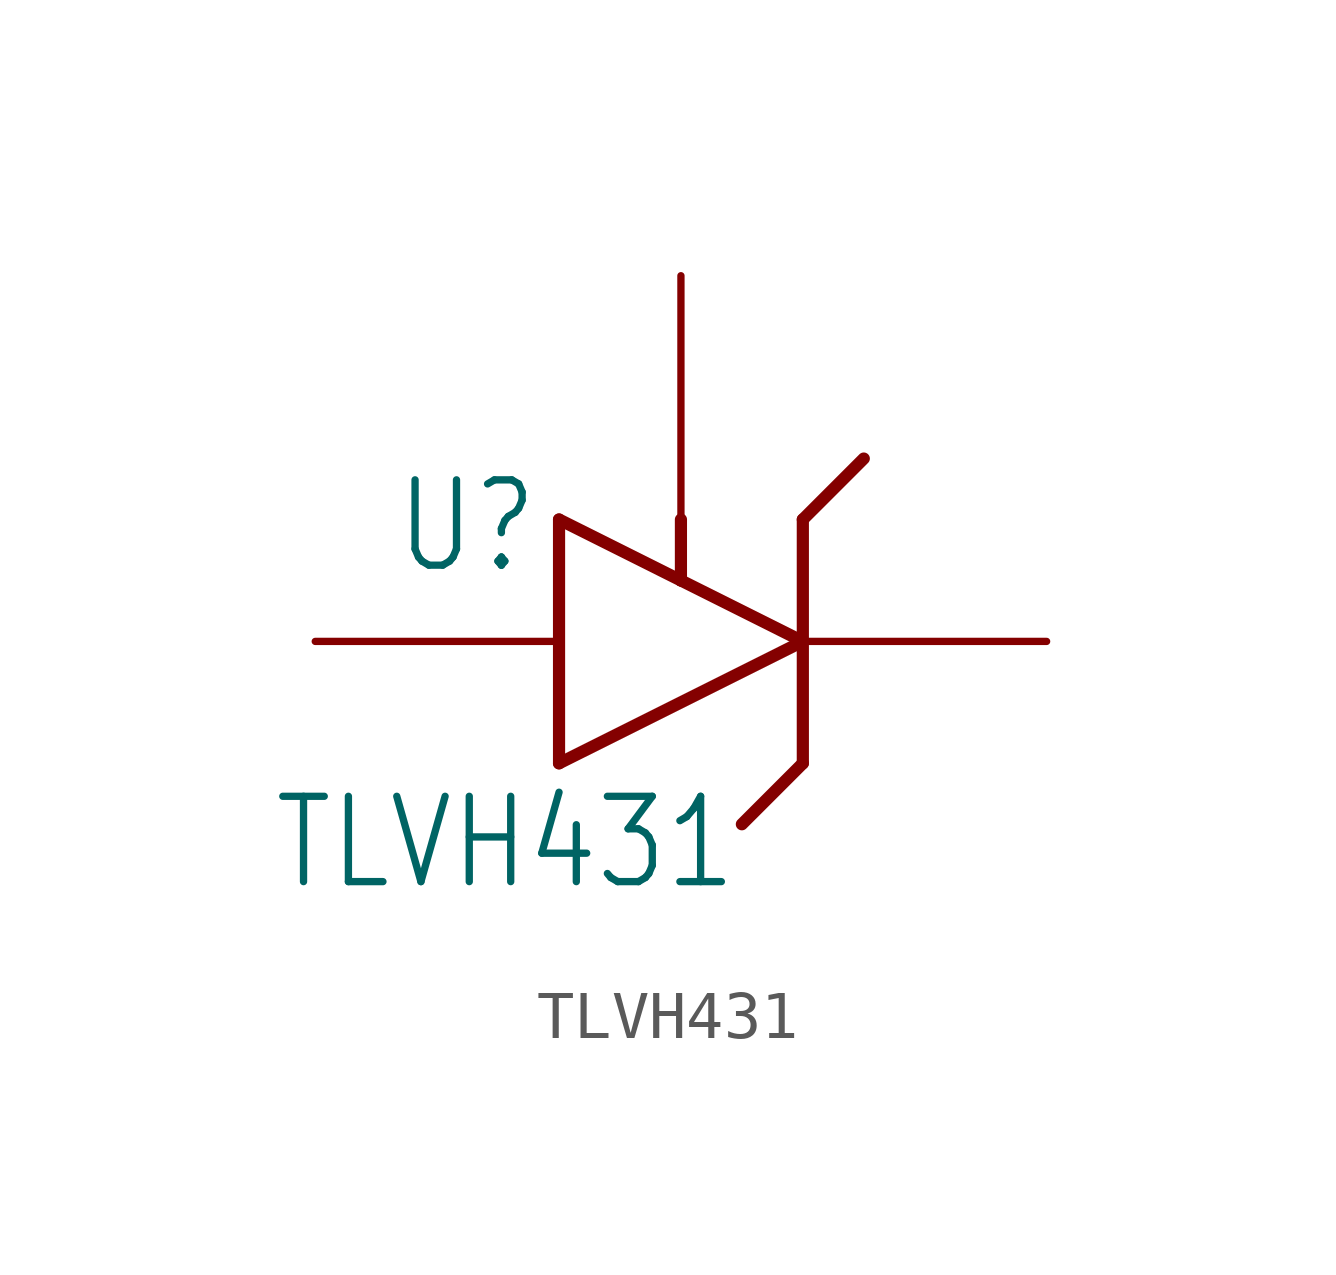
<source format=kicad_sym>
(kicad_symbol_lib
  (version 20211014)
  (generator kicad_symbol_editor)
  (symbol "TLVH431"
    (property "Reference" "U"
      (at -6 -1.177 0)
      (effects (font (size 1.778 1.511)) (justify left bottom)))
    (property "Value" "TLVH431"
      (at -8.54 -7.771 0)
      (effects (font (size 1.778 1.511)) (justify left bottom)))
    (property "ki_locked" ""
      (at 0 0 0)
      (effects (font (size 1.27 1.27))))
    (symbol "TLVH431_1_0"
      (polyline (pts (xy -2.54 0) (xy -2.54 -5.08)) (stroke (width 0.254) (type default) (color 0 0 0 0)) (fill (type none)))
      (polyline (pts (xy -2.54 0) (xy 0 -1.27)) (stroke (width 0.254) (type default) (color 0 0 0 0)) (fill (type none)))
      (polyline (pts (xy 0 -1.27) (xy 2.54 -2.54)) (stroke (width 0.254) (type default) (color 0 0 0 0)) (fill (type none)))
      (polyline (pts (xy 0 0) (xy 0 -1.27)) (stroke (width 0.254) (type default) (color 0 0 0 0)) (fill (type none)))
      (polyline (pts (xy 2.54 -5.08) (xy 1.27 -6.35)) (stroke (width 0.254) (type default) (color 0 0 0 0)) (fill (type none)))
      (polyline (pts (xy 2.54 -2.54) (xy -2.54 -5.08)) (stroke (width 0.254) (type default) (color 0 0 0 0)) (fill (type none)))
      (polyline (pts (xy 2.54 0) (xy 2.54 -5.08)) (stroke (width 0.254) (type default) (color 0 0 0 0)) (fill (type none)))
      (polyline (pts (xy 2.54 0) (xy 3.81 1.27)) (stroke (width 0.254) (type default) (color 0 0 0 0)) (fill (type none)))
      (pin bidirectional line (at 0 5.08 270) (length 5.08) (name "REF" (effects (font (size 0 0)))) (number "1" (effects (font (size 0 0)))))
      (pin bidirectional line (at 7.62 -2.54 180) (length 5.08) (name "CATHODE" (effects (font (size 0 0)))) (number "2" (effects (font (size 0 0)))))
      (pin bidirectional line (at -7.62 -2.54 0) (length 5.08) (name "ANODE" (effects (font (size 0 0)))) (number "3" (effects (font (size 0 0))))))))
</source>
